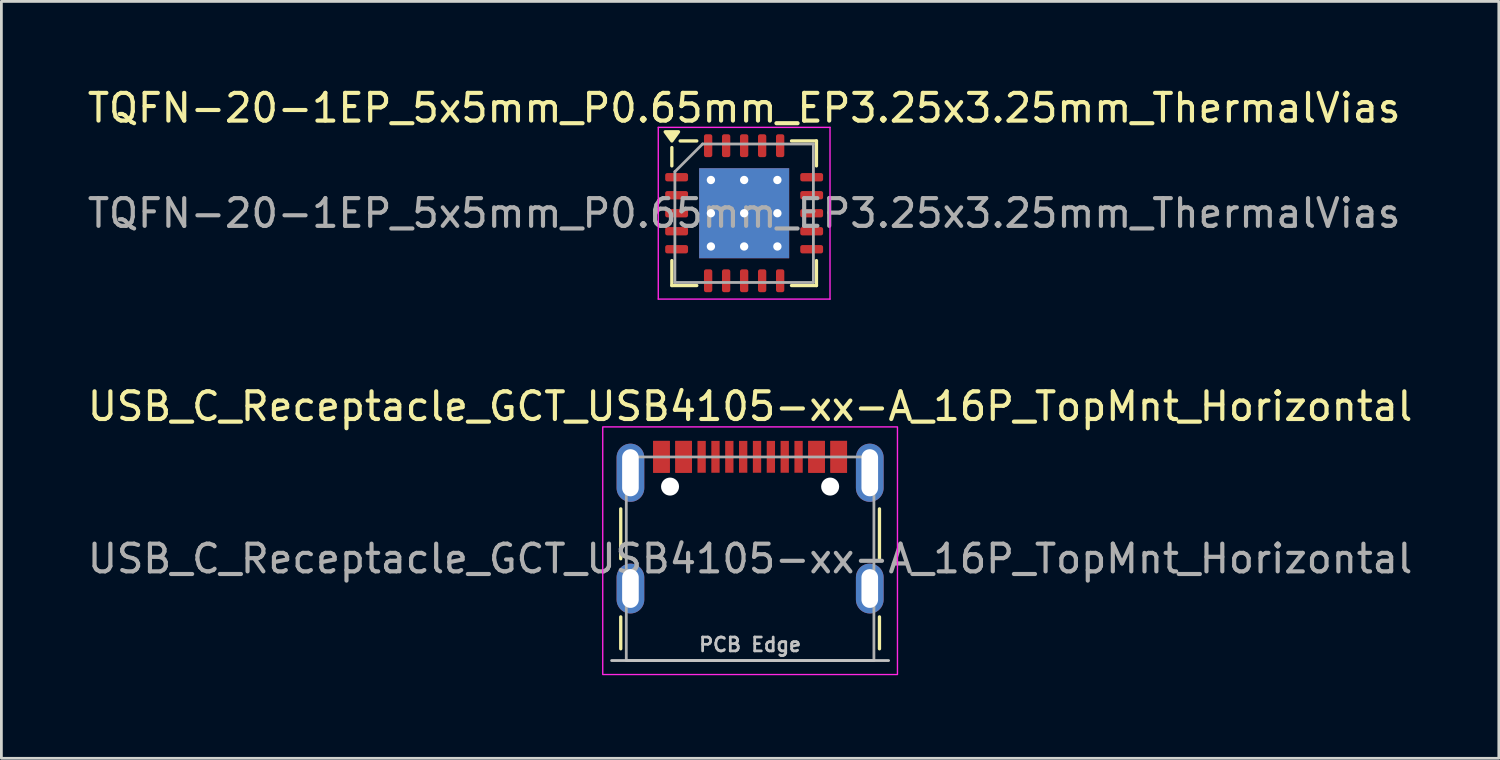
<source format=kicad_pcb>
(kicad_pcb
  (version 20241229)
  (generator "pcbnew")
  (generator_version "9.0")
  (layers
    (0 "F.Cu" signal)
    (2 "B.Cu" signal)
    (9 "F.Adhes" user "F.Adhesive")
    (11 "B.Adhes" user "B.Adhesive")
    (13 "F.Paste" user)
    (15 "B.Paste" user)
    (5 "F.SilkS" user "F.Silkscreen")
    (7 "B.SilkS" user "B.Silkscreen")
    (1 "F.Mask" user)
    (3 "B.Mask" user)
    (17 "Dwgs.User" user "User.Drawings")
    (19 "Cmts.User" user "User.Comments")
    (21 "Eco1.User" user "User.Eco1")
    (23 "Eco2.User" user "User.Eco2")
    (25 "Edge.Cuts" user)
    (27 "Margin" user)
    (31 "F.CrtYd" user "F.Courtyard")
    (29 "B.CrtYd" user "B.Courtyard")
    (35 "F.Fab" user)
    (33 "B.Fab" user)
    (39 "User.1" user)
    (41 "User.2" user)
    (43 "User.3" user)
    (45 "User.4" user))
  (footprint "TQFN-20-1EP_5x5mm_P0.65mm_EP3.25x3.25mm_ThermalVias"
    (layer "F.Cu")
    (at 23.815 4.648)
    (property "Reference" "TQFN-20-1EP_5x5mm_P0.65mm_EP3.25x3.25mm_ThermalVias" (at 0 -3.8 0) (layer "F.SilkS") (effects (font (size 1 1) (thickness 0.15))))
    (attr smd)
    (fp_line (start -2.61 -1.71) (end -2.61 -2.37) (stroke (width 0.12) (type solid)) (layer "F.SilkS"))
    (fp_line (start -2.61 2.61) (end -2.61 1.71) (stroke (width 0.12) (type solid)) (layer "F.SilkS"))
    (fp_line (start -1.71 -2.61) (end -2.31 -2.61) (stroke (width 0.12) (type solid)) (layer "F.SilkS"))
    (fp_line (start -1.71 2.61) (end -2.61 2.61) (stroke (width 0.12) (type solid)) (layer "F.SilkS"))
    (fp_line (start 1.71 -2.61) (end 2.61 -2.61) (stroke (width 0.12) (type solid)) (layer "F.SilkS"))
    (fp_line (start 1.71 2.61) (end 2.61 2.61) (stroke (width 0.12) (type solid)) (layer "F.SilkS"))
    (fp_line (start 2.61 -2.61) (end 2.61 -1.71) (stroke (width 0.12) (type solid)) (layer "F.SilkS"))
    (fp_line (start 2.61 2.61) (end 2.61 1.71) (stroke (width 0.12) (type solid)) (layer "F.SilkS"))
    (fp_poly (pts (xy -2.61 -2.61) (xy -2.85 -2.94) (xy -2.37 -2.94) (xy -2.61 -2.61)) (stroke (width 0.12) (type solid)) (fill yes) (layer "F.SilkS"))
    (fp_line (start -3.1 -3.1) (end -3.1 3.1) (stroke (width 0.05) (type solid)) (layer "F.CrtYd"))
    (fp_line (start -3.1 3.1) (end 3.1 3.1) (stroke (width 0.05) (type solid)) (layer "F.CrtYd"))
    (fp_line (start 3.1 -3.1) (end -3.1 -3.1) (stroke (width 0.05) (type solid)) (layer "F.CrtYd"))
    (fp_line (start 3.1 3.1) (end 3.1 -3.1) (stroke (width 0.05) (type solid)) (layer "F.CrtYd"))
    (fp_line (start -2.5 -1.5) (end -1.5 -2.5) (stroke (width 0.1) (type solid)) (layer "F.Fab"))
    (fp_line (start -2.5 2.5) (end -2.5 -1.5) (stroke (width 0.1) (type solid)) (layer "F.Fab"))
    (fp_line (start -1.5 -2.5) (end 2.5 -2.5) (stroke (width 0.1) (type solid)) (layer "F.Fab"))
    (fp_line (start 2.5 -2.5) (end 2.5 2.5) (stroke (width 0.1) (type solid)) (layer "F.Fab"))
    (fp_line (start 2.5 2.5) (end -2.5 2.5) (stroke (width 0.1) (type solid)) (layer "F.Fab"))
    (fp_text user "${REFERENCE}" (at 0 0 0) (layer "F.Fab") (effects (font (size 1 1) (thickness 0.15))))
    (pad "" smd roundrect (at -0.81 -0.81) (size 1.41 1.41) (layers "F.Paste") (roundrect_rratio 0.177))
    (pad "" smd roundrect (at -0.81 0.81) (size 1.41 1.41) (layers "F.Paste") (roundrect_rratio 0.177))
    (pad "" smd roundrect (at 0.81 -0.81) (size 1.41 1.41) (layers "F.Paste") (roundrect_rratio 0.177))
    (pad "" smd roundrect (at 0.81 0.81) (size 1.41 1.41) (layers "F.Paste") (roundrect_rratio 0.177))
    (pad "1" smd roundrect (at -2.438 -1.3) (size 0.825 0.3) (layers "F.Cu" "F.Mask" "F.Paste") (roundrect_rratio 0.25))
    (pad "2" smd roundrect (at -2.438 -0.65) (size 0.825 0.3) (layers "F.Cu" "F.Mask" "F.Paste") (roundrect_rratio 0.25))
    (pad "3" smd roundrect (at -2.438 0) (size 0.825 0.3) (layers "F.Cu" "F.Mask" "F.Paste") (roundrect_rratio 0.25))
    (pad "4" smd roundrect (at -2.438 0.65) (size 0.825 0.3) (layers "F.Cu" "F.Mask" "F.Paste") (roundrect_rratio 0.25))
    (pad "5" smd roundrect (at -2.438 1.3) (size 0.825 0.3) (layers "F.Cu" "F.Mask" "F.Paste") (roundrect_rratio 0.25))
    (pad "6" smd roundrect (at -1.3 2.438) (size 0.3 0.825) (layers "F.Cu" "F.Mask" "F.Paste") (roundrect_rratio 0.25))
    (pad "7" smd roundrect (at -0.65 2.438) (size 0.3 0.825) (layers "F.Cu" "F.Mask" "F.Paste") (roundrect_rratio 0.25))
    (pad "8" smd roundrect (at 0 2.438) (size 0.3 0.825) (layers "F.Cu" "F.Mask" "F.Paste") (roundrect_rratio 0.25))
    (pad "9" smd roundrect (at 0.65 2.438) (size 0.3 0.825) (layers "F.Cu" "F.Mask" "F.Paste") (roundrect_rratio 0.25))
    (pad "10" smd roundrect (at 1.3 2.438) (size 0.3 0.825) (layers "F.Cu" "F.Mask" "F.Paste") (roundrect_rratio 0.25))
    (pad "11" smd roundrect (at 2.438 1.3) (size 0.825 0.3) (layers "F.Cu" "F.Mask" "F.Paste") (roundrect_rratio 0.25))
    (pad "12" smd roundrect (at 2.438 0.65) (size 0.825 0.3) (layers "F.Cu" "F.Mask" "F.Paste") (roundrect_rratio 0.25))
    (pad "13" smd roundrect (at 2.438 0) (size 0.825 0.3) (layers "F.Cu" "F.Mask" "F.Paste") (roundrect_rratio 0.25))
    (pad "14" smd roundrect (at 2.438 -0.65) (size 0.825 0.3) (layers "F.Cu" "F.Mask" "F.Paste") (roundrect_rratio 0.25))
    (pad "15" smd roundrect (at 2.438 -1.3) (size 0.825 0.3) (layers "F.Cu" "F.Mask" "F.Paste") (roundrect_rratio 0.25))
    (pad "16" smd roundrect (at 1.3 -2.438) (size 0.3 0.825) (layers "F.Cu" "F.Mask" "F.Paste") (roundrect_rratio 0.25))
    (pad "17" smd roundrect (at 0.65 -2.438) (size 0.3 0.825) (layers "F.Cu" "F.Mask" "F.Paste") (roundrect_rratio 0.25))
    (pad "18" smd roundrect (at 0 -2.438) (size 0.3 0.825) (layers "F.Cu" "F.Mask" "F.Paste") (roundrect_rratio 0.25))
    (pad "19" smd roundrect (at -0.65 -2.438) (size 0.3 0.825) (layers "F.Cu" "F.Mask" "F.Paste") (roundrect_rratio 0.25))
    (pad "20" smd roundrect (at -1.3 -2.438) (size 0.3 0.825) (layers "F.Cu" "F.Mask" "F.Paste") (roundrect_rratio 0.25))
    (pad "21" thru_hole circle (at -1.2 -1.2) (size 0.8 0.8) (drill 0.3) (property pad_prop_heatsink) (layers "*.Cu"))
    (pad "21" thru_hole circle (at -1.2 0) (size 0.8 0.8) (drill 0.3) (property pad_prop_heatsink) (layers "*.Cu"))
    (pad "21" thru_hole circle (at -1.2 1.2) (size 0.8 0.8) (drill 0.3) (property pad_prop_heatsink) (layers "*.Cu"))
    (pad "21" thru_hole circle (at 0 -1.2) (size 0.8 0.8) (drill 0.3) (property pad_prop_heatsink) (layers "*.Cu"))
    (pad "21" thru_hole circle (at 0 0) (size 0.8 0.8) (drill 0.3) (property pad_prop_heatsink) (layers "*.Cu"))
    (pad "21" smd rect (at 0 0) (size 3.25 3.25) (property pad_prop_heatsink) (layers "F.Cu" "F.Mask"))
    (pad "21" smd rect (at 0 0) (size 3.25 3.25) (property pad_prop_heatsink) (layers "B.Cu"))
    (pad "21" thru_hole circle (at 0 1.2) (size 0.8 0.8) (drill 0.3) (property pad_prop_heatsink) (layers "*.Cu"))
    (pad "21" thru_hole circle (at 1.2 -1.2) (size 0.8 0.8) (drill 0.3) (property pad_prop_heatsink) (layers "*.Cu"))
    (pad "21" thru_hole circle (at 1.2 0) (size 0.8 0.8) (drill 0.3) (property pad_prop_heatsink) (layers "*.Cu"))
    (pad "21" thru_hole circle (at 1.2 1.2) (size 0.8 0.8) (drill 0.3) (property pad_prop_heatsink) (layers "*.Cu")))
  (footprint "USB_C_Receptacle_GCT_USB4105-xx-A_16P_TopMnt_Horizontal"
    (layer "F.Cu")
    (at 24.03 17.122)
    (property "Reference" "USB_C_Receptacle_GCT_USB4105-xx-A_16P_TopMnt_Horizontal" (at 0 -5.5 0) (unlocked yes) (layer "F.SilkS") (effects (font (size 1 1) (thickness 0.15))))
    (attr through_hole)
    (fp_line (start -4.67 0) (end -4.67 -1.8) (stroke (width 0.12) (type solid)) (layer "F.SilkS"))
    (fp_line (start -4.67 2.1) (end -4.67 3.25) (stroke (width 0.12) (type solid)) (layer "F.SilkS"))
    (fp_line (start 4.67 0) (end 4.67 -1.8) (stroke (width 0.12) (type solid)) (layer "F.SilkS"))
    (fp_line (start 4.67 2.1) (end 4.67 3.25) (stroke (width 0.12) (type solid)) (layer "F.SilkS"))
    (fp_line (start 5 3.675) (end -5 3.675) (stroke (width 0.1) (type solid)) (layer "Dwgs.User"))
    (fp_rect (start -5.32 -4.76) (end 5.32 4.18) (stroke (width 0.05) (type solid)) (fill no) (layer "F.CrtYd"))
    (fp_rect (start -4.47 -3.675) (end 4.47 3.675) (stroke (width 0.1) (type solid)) (fill no) (layer "F.Fab"))
    (fp_text user "PCB Edge" (at 0 3.1 0) (unlocked yes) (layer "Dwgs.User") (effects (font (size 0.5 0.5) (thickness 0.1))))
    (fp_text user "${REFERENCE}" (at 0 0 0) (unlocked yes) (layer "F.Fab") (effects (font (size 1 1) (thickness 0.15))))
    (pad "" np_thru_hole circle (at -2.89 -2.605) (size 0.65 0.65) (drill 0.65) (layers "*.Cu" "*.Mask"))
    (pad "" np_thru_hole circle (at 2.89 -2.605) (size 0.65 0.65) (drill 0.65) (layers "*.Cu" "*.Mask"))
    (pad "A1" smd rect (at -3.2 -3.68) (size 0.6 1.15) (layers "F.Cu" "F.Mask" "F.Paste"))
    (pad "A4" smd rect (at -2.4 -3.68) (size 0.6 1.15) (layers "F.Cu" "F.Mask" "F.Paste"))
    (pad "A5" smd rect (at -1.25 -3.68) (size 0.3 1.15) (layers "F.Cu" "F.Mask" "F.Paste"))
    (pad "A6" smd rect (at -0.25 -3.68) (size 0.3 1.15) (layers "F.Cu" "F.Mask" "F.Paste"))
    (pad "A7" smd rect (at 0.25 -3.68) (size 0.3 1.15) (layers "F.Cu" "F.Mask" "F.Paste"))
    (pad "A8" smd rect (at 1.25 -3.68) (size 0.3 1.15) (layers "F.Cu" "F.Mask" "F.Paste"))
    (pad "A9" smd rect (at 2.4 -3.68) (size 0.6 1.15) (layers "F.Cu" "F.Mask" "F.Paste"))
    (pad "A12" smd rect (at 3.2 -3.68) (size 0.6 1.15) (layers "F.Cu" "F.Mask" "F.Paste"))
    (pad "B1" smd rect (at 3.2 -3.68) (size 0.6 1.15) (layers "F.Cu" "F.Mask" "F.Paste"))
    (pad "B4" smd rect (at 2.4 -3.68) (size 0.6 1.15) (layers "F.Cu" "F.Mask" "F.Paste"))
    (pad "B5" smd rect (at 1.75 -3.68) (size 0.3 1.15) (layers "F.Cu" "F.Mask" "F.Paste"))
    (pad "B6" smd rect (at 0.75 -3.68) (size 0.3 1.15) (layers "F.Cu" "F.Mask" "F.Paste"))
    (pad "B7" smd rect (at -0.75 -3.68) (size 0.3 1.15) (layers "F.Cu" "F.Mask" "F.Paste"))
    (pad "B8" smd rect (at -1.75 -3.68) (size 0.3 1.15) (layers "F.Cu" "F.Mask" "F.Paste"))
    (pad "B9" smd rect (at -2.4 -3.68) (size 0.6 1.15) (layers "F.Cu" "F.Mask" "F.Paste"))
    (pad "B12" smd rect (at -3.2 -3.68) (size 0.6 1.15) (layers "F.Cu" "F.Mask" "F.Paste"))
    (pad "S1" thru_hole oval (at -4.32 -3.105) (size 1 2.1) (drill oval 0.6 1.7) (layers "*.Cu" "*.Mask"))
    (pad "S1" thru_hole oval (at -4.32 1.075) (size 1 1.8) (drill oval 0.6 1.4) (layers "*.Cu" "*.Mask"))
    (pad "S1" thru_hole oval (at 4.32 -3.105) (size 1 2.1) (drill oval 0.6 1.7) (layers "*.Cu" "*.Mask"))
    (pad "S1" thru_hole oval (at 4.32 1.075) (size 1 1.8) (drill oval 0.6 1.4) (layers "*.Cu" "*.Mask")))
  (gr_rect
    (start -3 -3)
    (end 51.06 24.326)
    (stroke (width 0.1) (type default))
    (fill no)
    (layer "Edge.Cuts")))
</source>
